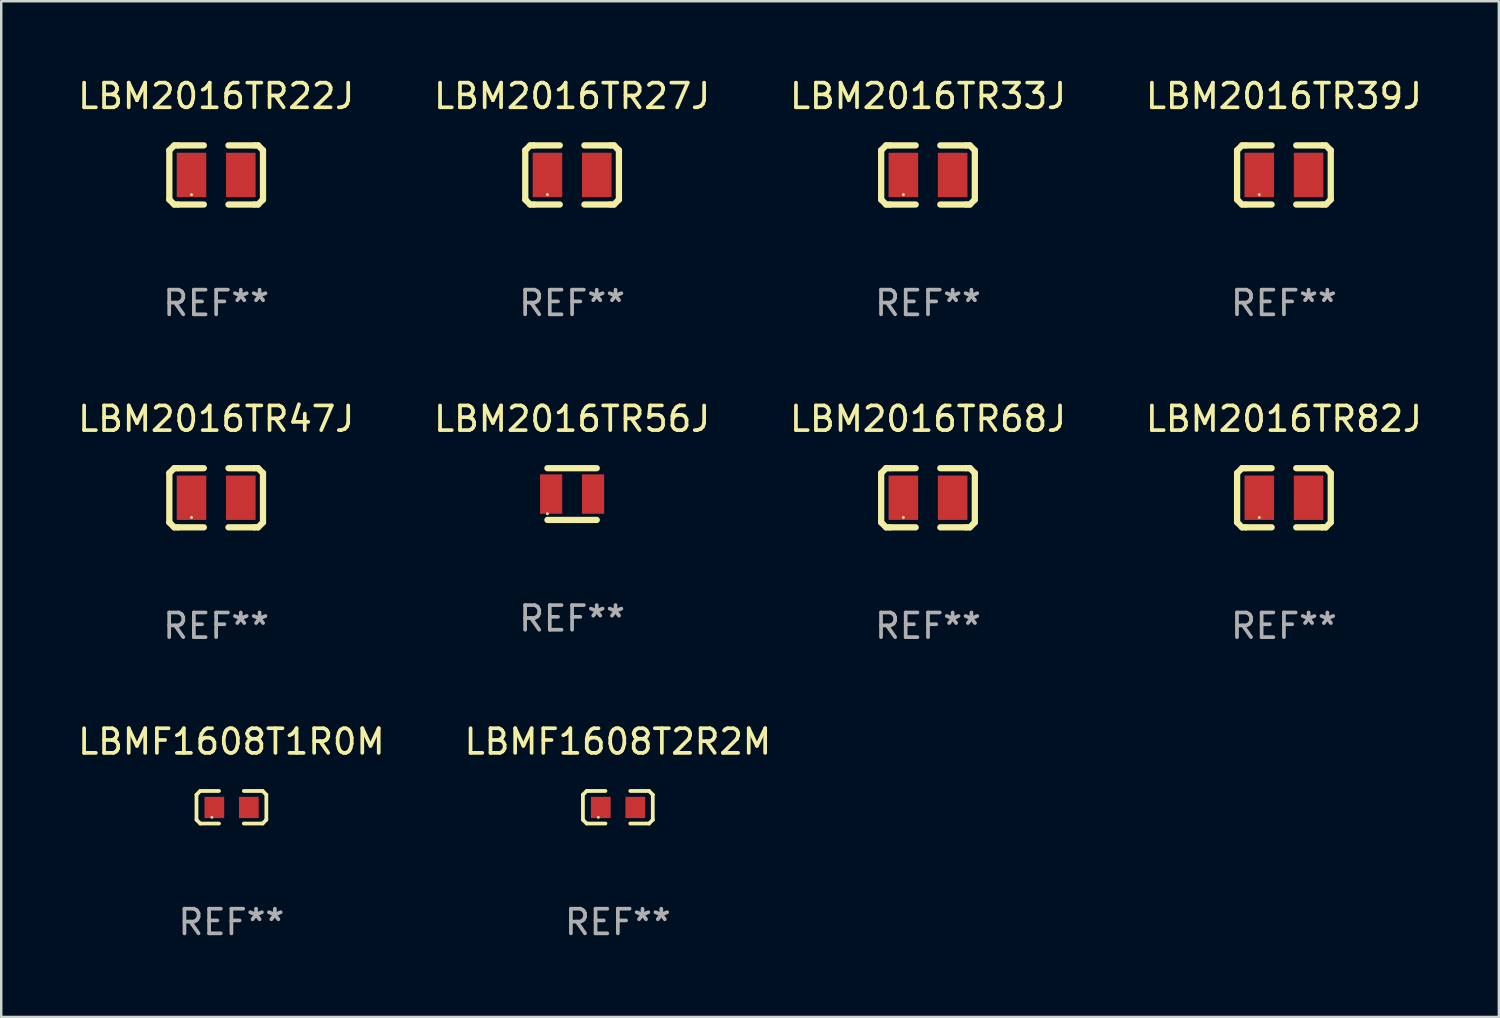
<source format=kicad_pcb>
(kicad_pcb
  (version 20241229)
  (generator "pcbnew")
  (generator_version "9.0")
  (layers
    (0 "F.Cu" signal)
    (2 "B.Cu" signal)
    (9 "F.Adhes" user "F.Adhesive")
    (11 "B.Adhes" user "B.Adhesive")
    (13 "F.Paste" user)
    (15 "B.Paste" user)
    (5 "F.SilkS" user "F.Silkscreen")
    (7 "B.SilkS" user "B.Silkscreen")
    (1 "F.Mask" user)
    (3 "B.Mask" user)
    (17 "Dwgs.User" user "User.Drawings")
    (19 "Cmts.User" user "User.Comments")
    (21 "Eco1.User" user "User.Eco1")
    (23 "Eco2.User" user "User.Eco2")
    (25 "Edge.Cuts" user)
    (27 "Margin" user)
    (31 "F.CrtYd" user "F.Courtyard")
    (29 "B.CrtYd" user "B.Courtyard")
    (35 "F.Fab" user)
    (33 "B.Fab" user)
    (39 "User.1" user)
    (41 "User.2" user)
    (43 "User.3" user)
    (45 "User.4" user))
  (footprint "LBM2016TR39J"
    (layer "F.Cu")
    (at 49.042 4.048)
    (property "Reference" "LBM2016TR39J" (at 0 -3.2 0) (layer "F.SilkS") (effects (font (size 1 1) (thickness 0.15))))
    (attr through_hole)
    (fp_line (start -1.9 -1) (end -1.9 1) (stroke (width 0.254) (type solid)) (layer "F.SilkS"))
    (fp_line (start -1.7 -1.2) (end -1.9 -1) (stroke (width 0.254) (type solid)) (layer "F.SilkS"))
    (fp_line (start -1.7 1.2) (end -1.9 1) (stroke (width 0.254) (type solid)) (layer "F.SilkS"))
    (fp_line (start -1.55 -1.2) (end -1.7 -1.2) (stroke (width 0.254) (type solid)) (layer "F.SilkS"))
    (fp_line (start -1.55 1.2) (end -1.7 1.2) (stroke (width 0.254) (type solid)) (layer "F.SilkS"))
    (fp_line (start -0.5 -1.2) (end -1.55 -1.2) (stroke (width 0.254) (type solid)) (layer "F.SilkS"))
    (fp_line (start -0.5 1.2) (end -1.55 1.2) (stroke (width 0.254) (type solid)) (layer "F.SilkS"))
    (fp_line (start 0.5 -1.2) (end 1.55 -1.2) (stroke (width 0.254) (type solid)) (layer "F.SilkS"))
    (fp_line (start 0.5 1.2) (end 1.55 1.2) (stroke (width 0.254) (type solid)) (layer "F.SilkS"))
    (fp_line (start 1.55 -1.2) (end 1.7 -1.2) (stroke (width 0.254) (type solid)) (layer "F.SilkS"))
    (fp_line (start 1.55 1.2) (end 1.7 1.2) (stroke (width 0.254) (type solid)) (layer "F.SilkS"))
    (fp_line (start 1.7 -1.2) (end 1.9 -1) (stroke (width 0.254) (type solid)) (layer "F.SilkS"))
    (fp_line (start 1.7 1.2) (end 1.9 1) (stroke (width 0.254) (type solid)) (layer "F.SilkS"))
    (fp_line (start 1.9 -1) (end 1.9 1) (stroke (width 0.254) (type solid)) (layer "F.SilkS"))
    (fp_circle (center -1 0.8) (end -0.97 0.8) (stroke (width 0.06) (type solid)) (fill no) (layer "F.SilkS"))
    (fp_text user "REF**" (at 0 5.2 0) (layer "F.Fab") (effects (font (size 1 1) (thickness 0.15))))
    (pad "1" smd rect (at -1 0) (size 1.2 1.8) (layers "F.Cu" "F.Mask" "F.Paste"))
    (pad "2" smd rect (at 1 0) (size 1.2 1.8) (layers "F.Cu" "F.Mask" "F.Paste")))
  (footprint "LBM2016TR82J"
    (layer "F.Cu")
    (at 49.042 17.145)
    (property "Reference" "LBM2016TR82J" (at 0 -3.2 0) (layer "F.SilkS") (effects (font (size 1 1) (thickness 0.15))))
    (attr through_hole)
    (fp_line (start -1.9 -1) (end -1.9 1) (stroke (width 0.254) (type solid)) (layer "F.SilkS"))
    (fp_line (start -1.7 -1.2) (end -1.9 -1) (stroke (width 0.254) (type solid)) (layer "F.SilkS"))
    (fp_line (start -1.7 1.2) (end -1.9 1) (stroke (width 0.254) (type solid)) (layer "F.SilkS"))
    (fp_line (start -1.55 -1.2) (end -1.7 -1.2) (stroke (width 0.254) (type solid)) (layer "F.SilkS"))
    (fp_line (start -1.55 1.2) (end -1.7 1.2) (stroke (width 0.254) (type solid)) (layer "F.SilkS"))
    (fp_line (start -0.5 -1.2) (end -1.55 -1.2) (stroke (width 0.254) (type solid)) (layer "F.SilkS"))
    (fp_line (start -0.5 1.2) (end -1.55 1.2) (stroke (width 0.254) (type solid)) (layer "F.SilkS"))
    (fp_line (start 0.5 -1.2) (end 1.55 -1.2) (stroke (width 0.254) (type solid)) (layer "F.SilkS"))
    (fp_line (start 0.5 1.2) (end 1.55 1.2) (stroke (width 0.254) (type solid)) (layer "F.SilkS"))
    (fp_line (start 1.55 -1.2) (end 1.7 -1.2) (stroke (width 0.254) (type solid)) (layer "F.SilkS"))
    (fp_line (start 1.55 1.2) (end 1.7 1.2) (stroke (width 0.254) (type solid)) (layer "F.SilkS"))
    (fp_line (start 1.7 -1.2) (end 1.9 -1) (stroke (width 0.254) (type solid)) (layer "F.SilkS"))
    (fp_line (start 1.7 1.2) (end 1.9 1) (stroke (width 0.254) (type solid)) (layer "F.SilkS"))
    (fp_line (start 1.9 -1) (end 1.9 1) (stroke (width 0.254) (type solid)) (layer "F.SilkS"))
    (fp_circle (center -1 0.8) (end -0.97 0.8) (stroke (width 0.06) (type solid)) (fill no) (layer "F.SilkS"))
    (fp_text user "REF**" (at 0 5.2 0) (layer "F.Fab") (effects (font (size 1 1) (thickness 0.15))))
    (pad "1" smd rect (at -1 0) (size 1.2 1.8) (layers "F.Cu" "F.Mask" "F.Paste"))
    (pad "2" smd rect (at 1 0) (size 1.2 1.8) (layers "F.Cu" "F.Mask" "F.Paste")))
  (footprint "LBM2016TR68J"
    (layer "F.Cu")
    (at 34.601 17.145)
    (property "Reference" "LBM2016TR68J" (at 0 -3.2 0) (layer "F.SilkS") (effects (font (size 1 1) (thickness 0.15))))
    (attr through_hole)
    (fp_line (start -1.9 -1) (end -1.9 1) (stroke (width 0.254) (type solid)) (layer "F.SilkS"))
    (fp_line (start -1.7 -1.2) (end -1.9 -1) (stroke (width 0.254) (type solid)) (layer "F.SilkS"))
    (fp_line (start -1.7 1.2) (end -1.9 1) (stroke (width 0.254) (type solid)) (layer "F.SilkS"))
    (fp_line (start -1.55 -1.2) (end -1.7 -1.2) (stroke (width 0.254) (type solid)) (layer "F.SilkS"))
    (fp_line (start -1.55 1.2) (end -1.7 1.2) (stroke (width 0.254) (type solid)) (layer "F.SilkS"))
    (fp_line (start -0.5 -1.2) (end -1.55 -1.2) (stroke (width 0.254) (type solid)) (layer "F.SilkS"))
    (fp_line (start -0.5 1.2) (end -1.55 1.2) (stroke (width 0.254) (type solid)) (layer "F.SilkS"))
    (fp_line (start 0.5 -1.2) (end 1.55 -1.2) (stroke (width 0.254) (type solid)) (layer "F.SilkS"))
    (fp_line (start 0.5 1.2) (end 1.55 1.2) (stroke (width 0.254) (type solid)) (layer "F.SilkS"))
    (fp_line (start 1.55 -1.2) (end 1.7 -1.2) (stroke (width 0.254) (type solid)) (layer "F.SilkS"))
    (fp_line (start 1.55 1.2) (end 1.7 1.2) (stroke (width 0.254) (type solid)) (layer "F.SilkS"))
    (fp_line (start 1.7 -1.2) (end 1.9 -1) (stroke (width 0.254) (type solid)) (layer "F.SilkS"))
    (fp_line (start 1.7 1.2) (end 1.9 1) (stroke (width 0.254) (type solid)) (layer "F.SilkS"))
    (fp_line (start 1.9 -1) (end 1.9 1) (stroke (width 0.254) (type solid)) (layer "F.SilkS"))
    (fp_circle (center -1 0.8) (end -0.97 0.8) (stroke (width 0.06) (type solid)) (fill no) (layer "F.SilkS"))
    (fp_text user "REF**" (at 0 5.2 0) (layer "F.Fab") (effects (font (size 1 1) (thickness 0.15))))
    (pad "1" smd rect (at -1 0) (size 1.2 1.8) (layers "F.Cu" "F.Mask" "F.Paste"))
    (pad "2" smd rect (at 1 0) (size 1.2 1.8) (layers "F.Cu" "F.Mask" "F.Paste")))
  (footprint "LBMF1608T2R2M"
    (layer "F.Cu")
    (at 22.018 29.702)
    (property "Reference" "LBMF1608T2R2M" (at 0 -2.661 0) (layer "F.SilkS") (effects (font (size 1 1) (thickness 0.15))))
    (attr through_hole)
    (fp_line (start -1.417 -0.508) (end -1.265 -0.661) (stroke (width 0.152) (type solid)) (layer "F.SilkS"))
    (fp_line (start -1.417 0.508) (end -1.417 -0.508) (stroke (width 0.152) (type solid)) (layer "F.SilkS"))
    (fp_line (start -1.265 -0.661) (end -0.503 -0.661) (stroke (width 0.152) (type solid)) (layer "F.SilkS"))
    (fp_line (start -1.265 0.661) (end -1.417 0.508) (stroke (width 0.152) (type solid)) (layer "F.SilkS"))
    (fp_line (start -1.265 0.661) (end -0.503 0.661) (stroke (width 0.152) (type solid)) (layer "F.SilkS"))
    (fp_line (start 1.265 -0.661) (end 0.503 -0.661) (stroke (width 0.152) (type solid)) (layer "F.SilkS"))
    (fp_line (start 1.265 -0.661) (end 1.417 -0.508) (stroke (width 0.152) (type solid)) (layer "F.SilkS"))
    (fp_line (start 1.265 0.661) (end 0.503 0.661) (stroke (width 0.152) (type solid)) (layer "F.SilkS"))
    (fp_line (start 1.417 -0.508) (end 1.417 0.508) (stroke (width 0.152) (type solid)) (layer "F.SilkS"))
    (fp_line (start 1.417 0.508) (end 1.265 0.661) (stroke (width 0.152) (type solid)) (layer "F.SilkS"))
    (fp_circle (center -0.793 0.409) (end -0.763 0.409) (stroke (width 0.06) (type solid)) (fill no) (layer "F.SilkS"))
    (fp_text user "REF**" (at 0 4.661 0) (layer "F.Fab") (effects (font (size 1 1) (thickness 0.15))))
    (pad "1" smd rect (at -0.693 0.009 180) (size 0.8 0.864) (layers "F.Cu" "F.Mask" "F.Paste"))
    (pad "2" smd rect (at 0.707 0.009 180) (size 0.8 0.864) (layers "F.Cu" "F.Mask" "F.Paste")))
  (footprint "LBM2016TR27J"
    (layer "F.Cu")
    (at 20.161 4.048)
    (property "Reference" "LBM2016TR27J" (at 0 -3.2 0) (layer "F.SilkS") (effects (font (size 1 1) (thickness 0.15))))
    (attr through_hole)
    (fp_line (start -1.9 -1) (end -1.9 1) (stroke (width 0.254) (type solid)) (layer "F.SilkS"))
    (fp_line (start -1.7 -1.2) (end -1.9 -1) (stroke (width 0.254) (type solid)) (layer "F.SilkS"))
    (fp_line (start -1.7 1.2) (end -1.9 1) (stroke (width 0.254) (type solid)) (layer "F.SilkS"))
    (fp_line (start -1.55 -1.2) (end -1.7 -1.2) (stroke (width 0.254) (type solid)) (layer "F.SilkS"))
    (fp_line (start -1.55 1.2) (end -1.7 1.2) (stroke (width 0.254) (type solid)) (layer "F.SilkS"))
    (fp_line (start -0.5 -1.2) (end -1.55 -1.2) (stroke (width 0.254) (type solid)) (layer "F.SilkS"))
    (fp_line (start -0.5 1.2) (end -1.55 1.2) (stroke (width 0.254) (type solid)) (layer "F.SilkS"))
    (fp_line (start 0.5 -1.2) (end 1.55 -1.2) (stroke (width 0.254) (type solid)) (layer "F.SilkS"))
    (fp_line (start 0.5 1.2) (end 1.55 1.2) (stroke (width 0.254) (type solid)) (layer "F.SilkS"))
    (fp_line (start 1.55 -1.2) (end 1.7 -1.2) (stroke (width 0.254) (type solid)) (layer "F.SilkS"))
    (fp_line (start 1.55 1.2) (end 1.7 1.2) (stroke (width 0.254) (type solid)) (layer "F.SilkS"))
    (fp_line (start 1.7 -1.2) (end 1.9 -1) (stroke (width 0.254) (type solid)) (layer "F.SilkS"))
    (fp_line (start 1.7 1.2) (end 1.9 1) (stroke (width 0.254) (type solid)) (layer "F.SilkS"))
    (fp_line (start 1.9 -1) (end 1.9 1) (stroke (width 0.254) (type solid)) (layer "F.SilkS"))
    (fp_circle (center -1 0.8) (end -0.97 0.8) (stroke (width 0.06) (type solid)) (fill no) (layer "F.SilkS"))
    (fp_text user "REF**" (at 0 5.2 0) (layer "F.Fab") (effects (font (size 1 1) (thickness 0.15))))
    (pad "1" smd rect (at -1 0) (size 1.2 1.8) (layers "F.Cu" "F.Mask" "F.Paste"))
    (pad "2" smd rect (at 1 0) (size 1.2 1.8) (layers "F.Cu" "F.Mask" "F.Paste")))
  (footprint "LBM2016TR47J"
    (layer "F.Cu")
    (at 5.72 17.145)
    (property "Reference" "LBM2016TR47J" (at 0 -3.2 0) (layer "F.SilkS") (effects (font (size 1 1) (thickness 0.15))))
    (attr through_hole)
    (fp_line (start -1.9 -1) (end -1.9 1) (stroke (width 0.254) (type solid)) (layer "F.SilkS"))
    (fp_line (start -1.7 -1.2) (end -1.9 -1) (stroke (width 0.254) (type solid)) (layer "F.SilkS"))
    (fp_line (start -1.7 1.2) (end -1.9 1) (stroke (width 0.254) (type solid)) (layer "F.SilkS"))
    (fp_line (start -1.55 -1.2) (end -1.7 -1.2) (stroke (width 0.254) (type solid)) (layer "F.SilkS"))
    (fp_line (start -1.55 1.2) (end -1.7 1.2) (stroke (width 0.254) (type solid)) (layer "F.SilkS"))
    (fp_line (start -0.5 -1.2) (end -1.55 -1.2) (stroke (width 0.254) (type solid)) (layer "F.SilkS"))
    (fp_line (start -0.5 1.2) (end -1.55 1.2) (stroke (width 0.254) (type solid)) (layer "F.SilkS"))
    (fp_line (start 0.5 -1.2) (end 1.55 -1.2) (stroke (width 0.254) (type solid)) (layer "F.SilkS"))
    (fp_line (start 0.5 1.2) (end 1.55 1.2) (stroke (width 0.254) (type solid)) (layer "F.SilkS"))
    (fp_line (start 1.55 -1.2) (end 1.7 -1.2) (stroke (width 0.254) (type solid)) (layer "F.SilkS"))
    (fp_line (start 1.55 1.2) (end 1.7 1.2) (stroke (width 0.254) (type solid)) (layer "F.SilkS"))
    (fp_line (start 1.7 -1.2) (end 1.9 -1) (stroke (width 0.254) (type solid)) (layer "F.SilkS"))
    (fp_line (start 1.7 1.2) (end 1.9 1) (stroke (width 0.254) (type solid)) (layer "F.SilkS"))
    (fp_line (start 1.9 -1) (end 1.9 1) (stroke (width 0.254) (type solid)) (layer "F.SilkS"))
    (fp_circle (center -1 0.8) (end -0.97 0.8) (stroke (width 0.06) (type solid)) (fill no) (layer "F.SilkS"))
    (fp_text user "REF**" (at 0 5.2 0) (layer "F.Fab") (effects (font (size 1 1) (thickness 0.15))))
    (pad "1" smd rect (at -1 0) (size 1.2 1.8) (layers "F.Cu" "F.Mask" "F.Paste"))
    (pad "2" smd rect (at 1 0) (size 1.2 1.8) (layers "F.Cu" "F.Mask" "F.Paste")))
  (footprint "LBMF1608T1R0M"
    (layer "F.Cu")
    (at 6.339 29.702)
    (property "Reference" "LBMF1608T1R0M" (at 0 -2.661 0) (layer "F.SilkS") (effects (font (size 1 1) (thickness 0.15))))
    (attr through_hole)
    (fp_line (start -1.417 -0.508) (end -1.265 -0.661) (stroke (width 0.152) (type solid)) (layer "F.SilkS"))
    (fp_line (start -1.417 0.508) (end -1.417 -0.508) (stroke (width 0.152) (type solid)) (layer "F.SilkS"))
    (fp_line (start -1.265 -0.661) (end -0.503 -0.661) (stroke (width 0.152) (type solid)) (layer "F.SilkS"))
    (fp_line (start -1.265 0.661) (end -1.417 0.508) (stroke (width 0.152) (type solid)) (layer "F.SilkS"))
    (fp_line (start -1.265 0.661) (end -0.503 0.661) (stroke (width 0.152) (type solid)) (layer "F.SilkS"))
    (fp_line (start 1.265 -0.661) (end 0.503 -0.661) (stroke (width 0.152) (type solid)) (layer "F.SilkS"))
    (fp_line (start 1.265 -0.661) (end 1.417 -0.508) (stroke (width 0.152) (type solid)) (layer "F.SilkS"))
    (fp_line (start 1.265 0.661) (end 0.503 0.661) (stroke (width 0.152) (type solid)) (layer "F.SilkS"))
    (fp_line (start 1.417 -0.508) (end 1.417 0.508) (stroke (width 0.152) (type solid)) (layer "F.SilkS"))
    (fp_line (start 1.417 0.508) (end 1.265 0.661) (stroke (width 0.152) (type solid)) (layer "F.SilkS"))
    (fp_circle (center -0.793 0.409) (end -0.763 0.409) (stroke (width 0.06) (type solid)) (fill no) (layer "F.SilkS"))
    (fp_text user "REF**" (at 0 4.661 0) (layer "F.Fab") (effects (font (size 1 1) (thickness 0.15))))
    (pad "1" smd rect (at -0.693 0.009 180) (size 0.8 0.864) (layers "F.Cu" "F.Mask" "F.Paste"))
    (pad "2" smd rect (at 0.707 0.009 180) (size 0.8 0.864) (layers "F.Cu" "F.Mask" "F.Paste")))
  (footprint "LBM2016TR56J"
    (layer "F.Cu")
    (at 20.161 16.995)
    (property "Reference" "LBM2016TR56J" (at 0 -3.05 0) (layer "F.SilkS") (effects (font (size 1 1) (thickness 0.15))))
    (attr through_hole)
    (fp_line (start -1 -1.05) (end 1 -1.05) (stroke (width 0.254) (type solid)) (layer "F.SilkS"))
    (fp_line (start -1 1.05) (end 1 1.05) (stroke (width 0.254) (type solid)) (layer "F.SilkS"))
    (fp_circle (center -1 0.8) (end -0.97 0.8) (stroke (width 0.06) (type solid)) (fill no) (layer "F.SilkS"))
    (fp_text user "REF**" (at 0 5.05 0) (layer "F.Fab") (effects (font (size 1 1) (thickness 0.15))))
    (pad "1" smd rect (at -0.85 0) (size 0.9 1.6) (layers "F.Cu" "F.Mask" "F.Paste"))
    (pad "2" smd rect (at 0.85 0) (size 0.9 1.6) (layers "F.Cu" "F.Mask" "F.Paste")))
  (footprint "LBM2016TR22J"
    (layer "F.Cu")
    (at 5.72 4.048)
    (property "Reference" "LBM2016TR22J" (at 0 -3.2 0) (layer "F.SilkS") (effects (font (size 1 1) (thickness 0.15))))
    (attr through_hole)
    (fp_line (start -1.9 -1) (end -1.9 1) (stroke (width 0.254) (type solid)) (layer "F.SilkS"))
    (fp_line (start -1.7 -1.2) (end -1.9 -1) (stroke (width 0.254) (type solid)) (layer "F.SilkS"))
    (fp_line (start -1.7 1.2) (end -1.9 1) (stroke (width 0.254) (type solid)) (layer "F.SilkS"))
    (fp_line (start -1.55 -1.2) (end -1.7 -1.2) (stroke (width 0.254) (type solid)) (layer "F.SilkS"))
    (fp_line (start -1.55 1.2) (end -1.7 1.2) (stroke (width 0.254) (type solid)) (layer "F.SilkS"))
    (fp_line (start -0.5 -1.2) (end -1.55 -1.2) (stroke (width 0.254) (type solid)) (layer "F.SilkS"))
    (fp_line (start -0.5 1.2) (end -1.55 1.2) (stroke (width 0.254) (type solid)) (layer "F.SilkS"))
    (fp_line (start 0.5 -1.2) (end 1.55 -1.2) (stroke (width 0.254) (type solid)) (layer "F.SilkS"))
    (fp_line (start 0.5 1.2) (end 1.55 1.2) (stroke (width 0.254) (type solid)) (layer "F.SilkS"))
    (fp_line (start 1.55 -1.2) (end 1.7 -1.2) (stroke (width 0.254) (type solid)) (layer "F.SilkS"))
    (fp_line (start 1.55 1.2) (end 1.7 1.2) (stroke (width 0.254) (type solid)) (layer "F.SilkS"))
    (fp_line (start 1.7 -1.2) (end 1.9 -1) (stroke (width 0.254) (type solid)) (layer "F.SilkS"))
    (fp_line (start 1.7 1.2) (end 1.9 1) (stroke (width 0.254) (type solid)) (layer "F.SilkS"))
    (fp_line (start 1.9 -1) (end 1.9 1) (stroke (width 0.254) (type solid)) (layer "F.SilkS"))
    (fp_circle (center -1 0.8) (end -0.97 0.8) (stroke (width 0.06) (type solid)) (fill no) (layer "F.SilkS"))
    (fp_text user "REF**" (at 0 5.2 0) (layer "F.Fab") (effects (font (size 1 1) (thickness 0.15))))
    (pad "1" smd rect (at -1 0) (size 1.2 1.8) (layers "F.Cu" "F.Mask" "F.Paste"))
    (pad "2" smd rect (at 1 0) (size 1.2 1.8) (layers "F.Cu" "F.Mask" "F.Paste")))
  (footprint "LBM2016TR33J"
    (layer "F.Cu")
    (at 34.601 4.048)
    (property "Reference" "LBM2016TR33J" (at 0 -3.2 0) (layer "F.SilkS") (effects (font (size 1 1) (thickness 0.15))))
    (attr through_hole)
    (fp_line (start -1.9 -1) (end -1.9 1) (stroke (width 0.254) (type solid)) (layer "F.SilkS"))
    (fp_line (start -1.7 -1.2) (end -1.9 -1) (stroke (width 0.254) (type solid)) (layer "F.SilkS"))
    (fp_line (start -1.7 1.2) (end -1.9 1) (stroke (width 0.254) (type solid)) (layer "F.SilkS"))
    (fp_line (start -1.55 -1.2) (end -1.7 -1.2) (stroke (width 0.254) (type solid)) (layer "F.SilkS"))
    (fp_line (start -1.55 1.2) (end -1.7 1.2) (stroke (width 0.254) (type solid)) (layer "F.SilkS"))
    (fp_line (start -0.5 -1.2) (end -1.55 -1.2) (stroke (width 0.254) (type solid)) (layer "F.SilkS"))
    (fp_line (start -0.5 1.2) (end -1.55 1.2) (stroke (width 0.254) (type solid)) (layer "F.SilkS"))
    (fp_line (start 0.5 -1.2) (end 1.55 -1.2) (stroke (width 0.254) (type solid)) (layer "F.SilkS"))
    (fp_line (start 0.5 1.2) (end 1.55 1.2) (stroke (width 0.254) (type solid)) (layer "F.SilkS"))
    (fp_line (start 1.55 -1.2) (end 1.7 -1.2) (stroke (width 0.254) (type solid)) (layer "F.SilkS"))
    (fp_line (start 1.55 1.2) (end 1.7 1.2) (stroke (width 0.254) (type solid)) (layer "F.SilkS"))
    (fp_line (start 1.7 -1.2) (end 1.9 -1) (stroke (width 0.254) (type solid)) (layer "F.SilkS"))
    (fp_line (start 1.7 1.2) (end 1.9 1) (stroke (width 0.254) (type solid)) (layer "F.SilkS"))
    (fp_line (start 1.9 -1) (end 1.9 1) (stroke (width 0.254) (type solid)) (layer "F.SilkS"))
    (fp_circle (center -1 0.8) (end -0.97 0.8) (stroke (width 0.06) (type solid)) (fill no) (layer "F.SilkS"))
    (fp_text user "REF**" (at 0 5.2 0) (layer "F.Fab") (effects (font (size 1 1) (thickness 0.15))))
    (pad "1" smd rect (at -1 0) (size 1.2 1.8) (layers "F.Cu" "F.Mask" "F.Paste"))
    (pad "2" smd rect (at 1 0) (size 1.2 1.8) (layers "F.Cu" "F.Mask" "F.Paste")))
  (gr_rect
    (start -3 -3)
    (end 57.762 38.211)
    (stroke (width 0.1) (type default))
    (fill no)
    (layer "Edge.Cuts")))
</source>
